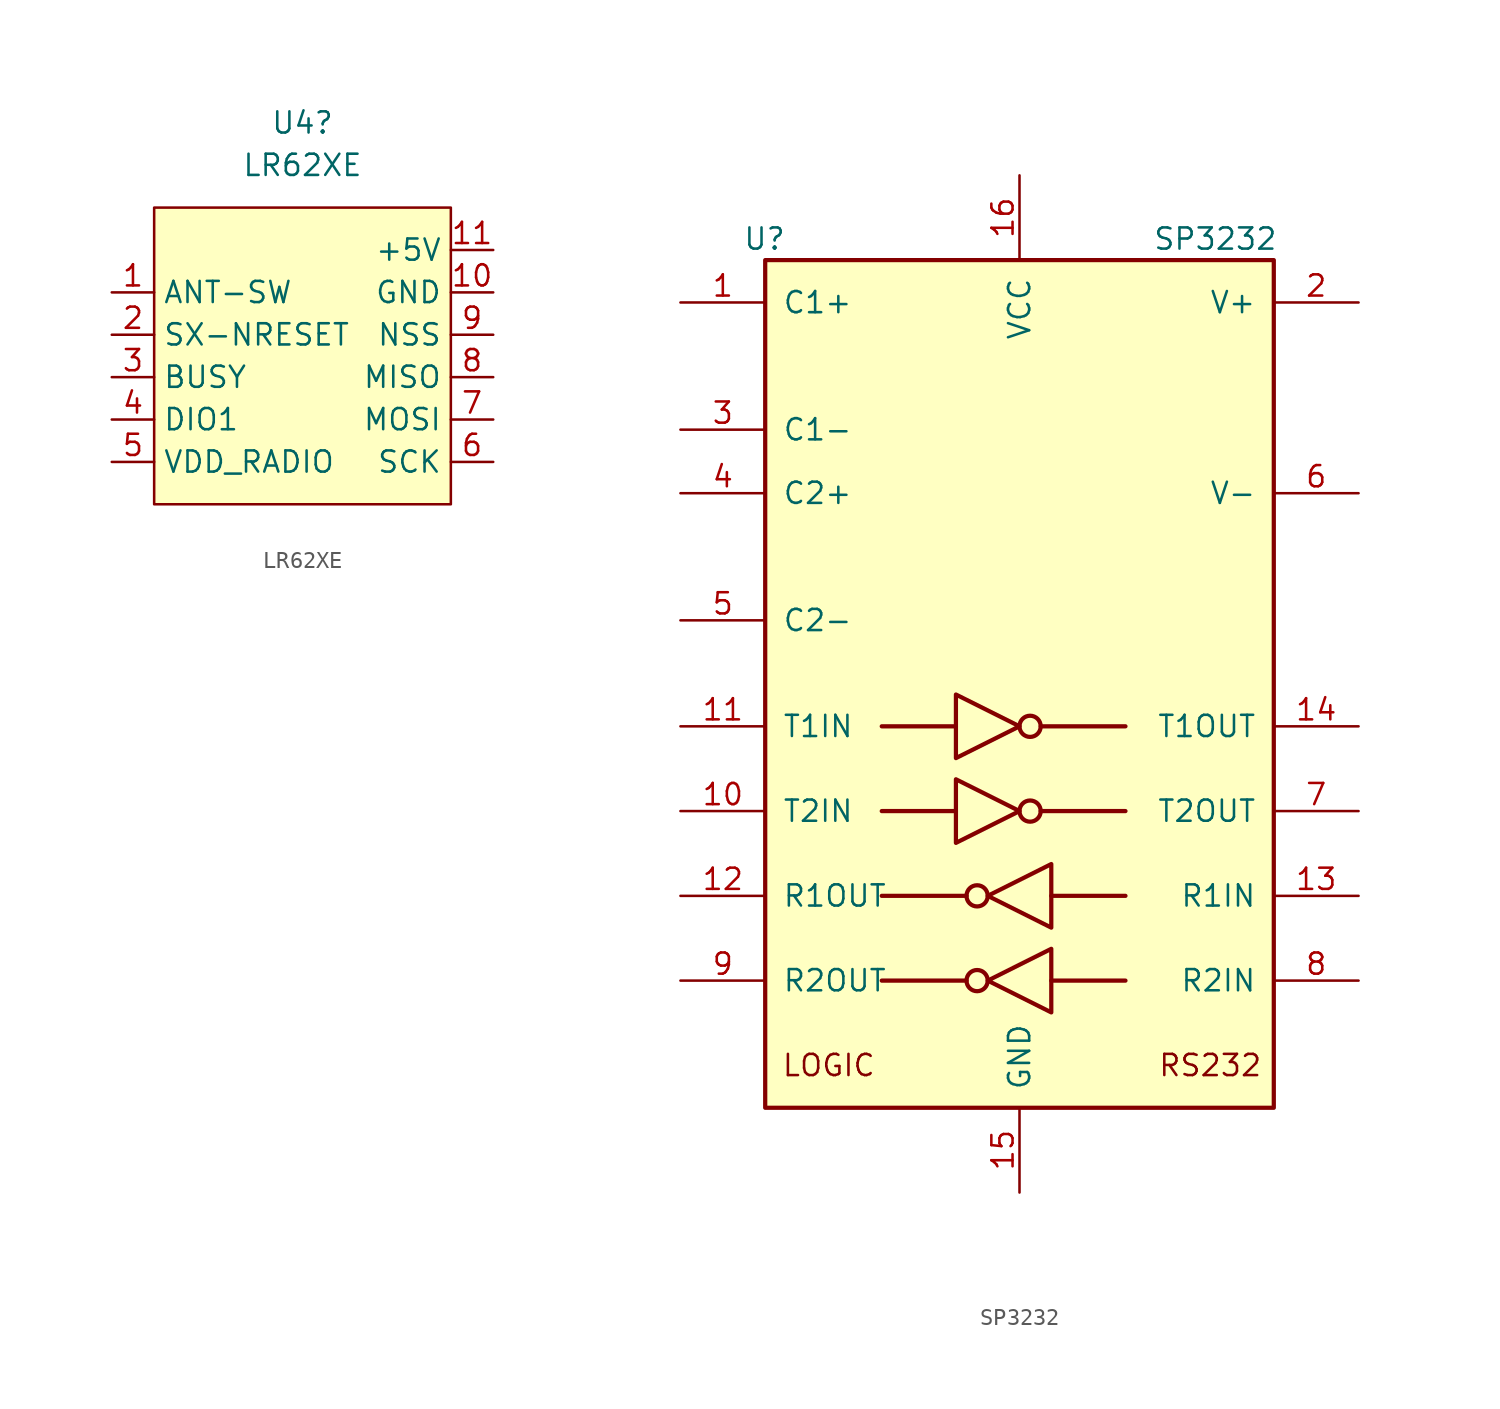
<source format=kicad_sym>
(kicad_symbol_lib
  (version 20231120)
  (generator "kicad_symbol_editor")
  (generator_version "8.0")
  (symbol "LR62XE"
    (property "Reference" "U4"
      (at 0 13.97 0)
      (effects (font (size 1.27 1.27))))
    (property "Value" "LR62XE"
      (at 0 11.43 0)
      (effects (font (size 1.27 1.27))))
    (symbol "LR62XE_1_1"
      (rectangle (start -8.89 8.89) (end 8.89 -8.89) (stroke (width 0) (type default)) (fill (type background)))
      (pin input line (at -11.43 3.81 0) (length 2.54) (name "ANT-SW" (effects (font (size 1.27 1.27)))) (number "1" (effects (font (size 1.27 1.27)))))
      (pin input line (at 11.43 3.81 180) (length 2.54) (name "GND" (effects (font (size 1.27 1.27)))) (number "10" (effects (font (size 1.27 1.27)))))
      (pin input line (at 11.43 6.35 180) (length 2.54) (name "+5V" (effects (font (size 1.27 1.27)))) (number "11" (effects (font (size 1.27 1.27)))))
      (pin input line (at 11.43 3.81 180) (length 2.54) hide (name "GND" (effects (font (size 1.27 1.27)))) (number "12" (effects (font (size 1.27 1.27)))))
      (pin input line (at -11.43 1.27 0) (length 2.54) (name "SX-NRESET" (effects (font (size 1.27 1.27)))) (number "2" (effects (font (size 1.27 1.27)))))
      (pin input line (at -11.43 -1.27 0) (length 2.54) (name "BUSY" (effects (font (size 1.27 1.27)))) (number "3" (effects (font (size 1.27 1.27)))))
      (pin input line (at -11.43 -3.81 0) (length 2.54) (name "DIO1" (effects (font (size 1.27 1.27)))) (number "4" (effects (font (size 1.27 1.27)))))
      (pin input line (at -11.43 -6.35 0) (length 2.54) (name "VDD_RADIO" (effects (font (size 1.27 1.27)))) (number "5" (effects (font (size 1.27 1.27)))))
      (pin input line (at 11.43 -6.35 180) (length 2.54) (name "SCK" (effects (font (size 1.27 1.27)))) (number "6" (effects (font (size 1.27 1.27)))))
      (pin input line (at 11.43 -3.81 180) (length 2.54) (name "MOSI" (effects (font (size 1.27 1.27)))) (number "7" (effects (font (size 1.27 1.27)))))
      (pin input line (at 11.43 -1.27 180) (length 2.54) (name "MISO" (effects (font (size 1.27 1.27)))) (number "8" (effects (font (size 1.27 1.27)))))
      (pin input line (at 11.43 1.27 180) (length 2.54) (name "NSS" (effects (font (size 1.27 1.27)))) (number "9" (effects (font (size 1.27 1.27)))))))
  (symbol "SP3232"
    (pin_names
      (offset 1.016))
    (property "Reference" "U"
      (at -13.97 26.67 0)
      (effects (font (size 1.27 1.27)) (justify right)))
    (property "Value" "SP3232"
      (at 15.494 26.67 0)
      (effects (font (size 1.27 1.27)) (justify right)))
    (symbol "SP3232_0_0"
      (text "LOGIC" (at -11.43 -22.86 0) (effects (font (size 1.27 1.27))))
      (text "RS232" (at 11.43 -22.86 0) (effects (font (size 1.27 1.27)))))
    (symbol "SP3232_0_1"
      (rectangle (start -15.24 -25.4) (end 15.24 25.4) (stroke (width 0.254) (type default)) (fill (type background)))
      (circle (center -2.54 -17.78) (radius 0.635) (stroke (width 0.254) (type default)) (fill (type none)))
      (circle (center -2.54 -12.7) (radius 0.635) (stroke (width 0.254) (type default)) (fill (type none)))
      (polyline (pts (xy -3.81 -7.62) (xy -8.255 -7.62)) (stroke (width 0.254) (type default)) (fill (type none)))
      (polyline (pts (xy -3.81 -2.54) (xy -8.255 -2.54)) (stroke (width 0.254) (type default)) (fill (type none)))
      (polyline (pts (xy -3.175 -17.78) (xy -8.255 -17.78)) (stroke (width 0.254) (type default)) (fill (type none)))
      (polyline (pts (xy -3.175 -12.7) (xy -8.255 -12.7)) (stroke (width 0.254) (type default)) (fill (type none)))
      (polyline (pts (xy 1.27 -7.62) (xy 6.35 -7.62)) (stroke (width 0.254) (type default)) (fill (type none)))
      (polyline (pts (xy 1.27 -2.54) (xy 6.35 -2.54)) (stroke (width 0.254) (type default)) (fill (type none)))
      (polyline (pts (xy 1.905 -17.78) (xy 6.35 -17.78)) (stroke (width 0.254) (type default)) (fill (type none)))
      (polyline (pts (xy 1.905 -12.7) (xy 6.35 -12.7)) (stroke (width 0.254) (type default)) (fill (type none)))
      (polyline (pts (xy -3.81 -5.715) (xy -3.81 -9.525) (xy 0 -7.62) (xy -3.81 -5.715)) (stroke (width 0.254) (type default)) (fill (type none)))
      (polyline (pts (xy -3.81 -0.635) (xy -3.81 -4.445) (xy 0 -2.54) (xy -3.81 -0.635)) (stroke (width 0.254) (type default)) (fill (type none)))
      (polyline (pts (xy 1.905 -15.875) (xy 1.905 -19.685) (xy -1.905 -17.78) (xy 1.905 -15.875)) (stroke (width 0.254) (type default)) (fill (type none)))
      (polyline (pts (xy 1.905 -10.795) (xy 1.905 -14.605) (xy -1.905 -12.7) (xy 1.905 -10.795)) (stroke (width 0.254) (type default)) (fill (type none)))
      (circle (center 0.635 -7.62) (radius 0.635) (stroke (width 0.254) (type default)) (fill (type none)))
      (circle (center 0.635 -2.54) (radius 0.635) (stroke (width 0.254) (type default)) (fill (type none))))
    (symbol "SP3232_1_1"
      (pin passive line (at -20.32 22.86 0) (length 5.08) (name "C1+" (effects (font (size 1.27 1.27)))) (number "1" (effects (font (size 1.27 1.27)))))
      (pin input line (at -20.32 -7.62 0) (length 5.08) (name "T2IN" (effects (font (size 1.27 1.27)))) (number "10" (effects (font (size 1.27 1.27)))))
      (pin input line (at -20.32 -2.54 0) (length 5.08) (name "T1IN" (effects (font (size 1.27 1.27)))) (number "11" (effects (font (size 1.27 1.27)))))
      (pin output line (at -20.32 -12.7 0) (length 5.08) (name "R1OUT" (effects (font (size 1.27 1.27)))) (number "12" (effects (font (size 1.27 1.27)))))
      (pin input line (at 20.32 -12.7 180) (length 5.08) (name "R1IN" (effects (font (size 1.27 1.27)))) (number "13" (effects (font (size 1.27 1.27)))))
      (pin output line (at 20.32 -2.54 180) (length 5.08) (name "T1OUT" (effects (font (size 1.27 1.27)))) (number "14" (effects (font (size 1.27 1.27)))))
      (pin power_in line (at 0 -30.48 90) (length 5.08) (name "GND" (effects (font (size 1.27 1.27)))) (number "15" (effects (font (size 1.27 1.27)))))
      (pin power_in line (at 0 30.48 270) (length 5.08) (name "VCC" (effects (font (size 1.27 1.27)))) (number "16" (effects (font (size 1.27 1.27)))))
      (pin power_out line (at 20.32 22.86 180) (length 5.08) (name "V+" (effects (font (size 1.27 1.27)))) (number "2" (effects (font (size 1.27 1.27)))))
      (pin passive line (at -20.32 15.24 0) (length 5.08) (name "C1-" (effects (font (size 1.27 1.27)))) (number "3" (effects (font (size 1.27 1.27)))))
      (pin passive line (at -20.32 11.43 0) (length 5.08) (name "C2+" (effects (font (size 1.27 1.27)))) (number "4" (effects (font (size 1.27 1.27)))))
      (pin passive line (at -20.32 3.81 0) (length 5.08) (name "C2-" (effects (font (size 1.27 1.27)))) (number "5" (effects (font (size 1.27 1.27)))))
      (pin power_out line (at 20.32 11.43 180) (length 5.08) (name "V-" (effects (font (size 1.27 1.27)))) (number "6" (effects (font (size 1.27 1.27)))))
      (pin output line (at 20.32 -7.62 180) (length 5.08) (name "T2OUT" (effects (font (size 1.27 1.27)))) (number "7" (effects (font (size 1.27 1.27)))))
      (pin input line (at 20.32 -17.78 180) (length 5.08) (name "R2IN" (effects (font (size 1.27 1.27)))) (number "8" (effects (font (size 1.27 1.27)))))
      (pin output line (at -20.32 -17.78 0) (length 5.08) (name "R2OUT" (effects (font (size 1.27 1.27)))) (number "9" (effects (font (size 1.27 1.27))))))))
</source>
